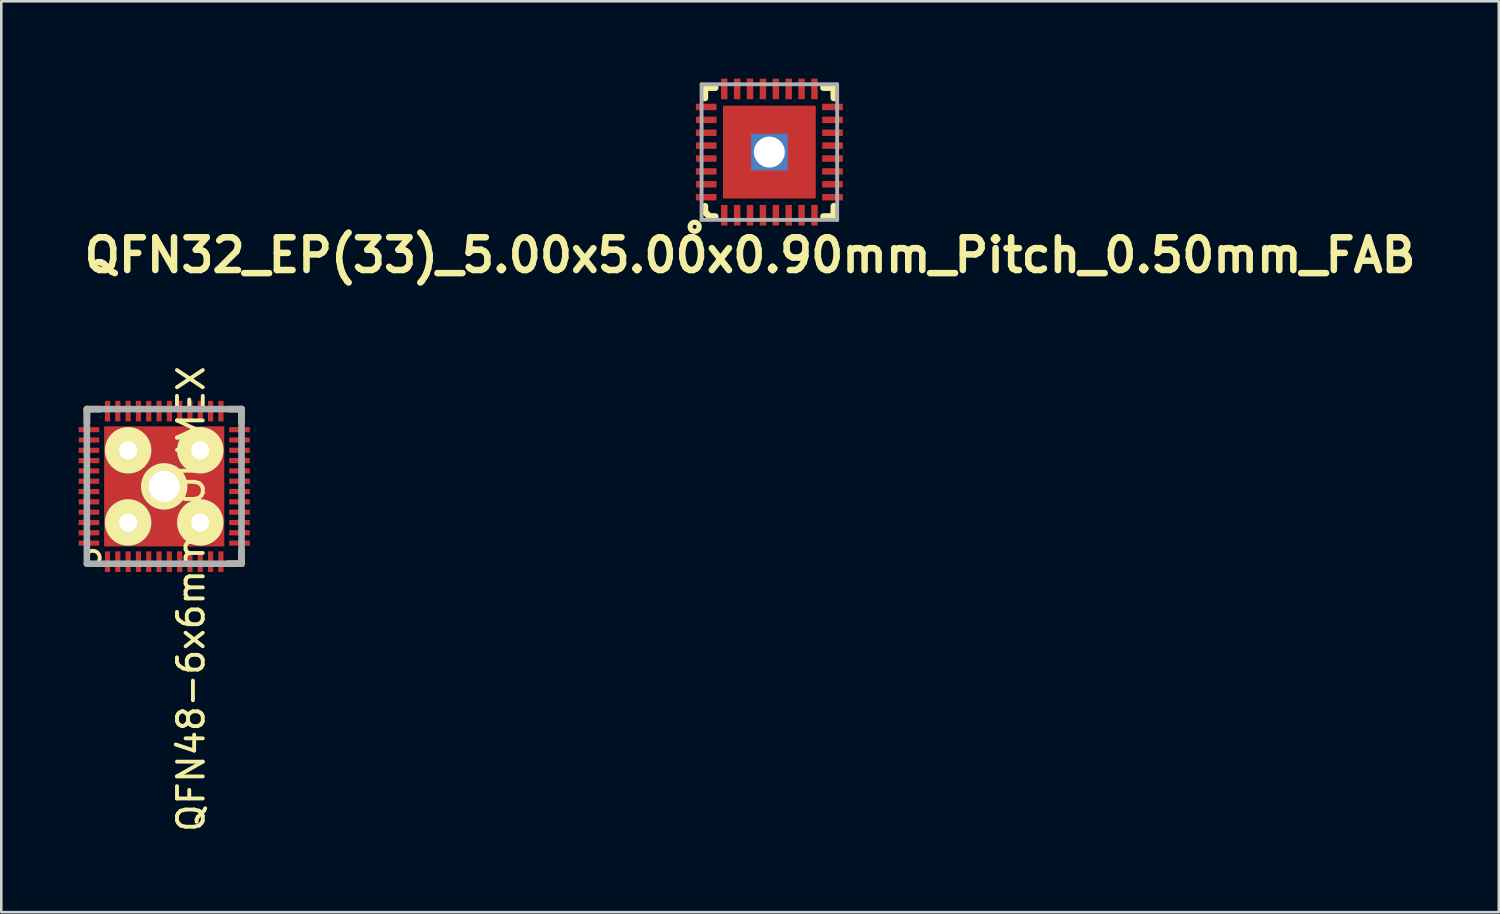
<source format=kicad_pcb>
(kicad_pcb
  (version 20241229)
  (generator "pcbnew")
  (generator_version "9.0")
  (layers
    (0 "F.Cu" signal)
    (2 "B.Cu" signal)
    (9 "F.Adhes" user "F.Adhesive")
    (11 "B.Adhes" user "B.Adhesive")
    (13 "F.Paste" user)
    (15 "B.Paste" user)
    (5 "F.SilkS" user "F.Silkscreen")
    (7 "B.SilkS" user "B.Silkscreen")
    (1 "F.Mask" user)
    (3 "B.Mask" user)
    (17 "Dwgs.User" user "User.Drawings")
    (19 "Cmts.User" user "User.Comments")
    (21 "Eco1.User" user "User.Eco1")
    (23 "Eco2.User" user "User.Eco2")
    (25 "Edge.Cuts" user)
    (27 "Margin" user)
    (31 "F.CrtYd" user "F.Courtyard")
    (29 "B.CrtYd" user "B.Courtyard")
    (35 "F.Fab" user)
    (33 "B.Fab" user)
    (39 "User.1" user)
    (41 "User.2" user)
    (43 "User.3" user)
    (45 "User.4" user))
  (footprint "QFN48-6x6mm-OLIMEX"
    (layer "F.Cu")
    (at 3.32 15.819)
    (property "Reference" "QFN48-6x6mm-OLIMEX" (at 1.041 4.369 90) (layer "F.SilkS") (effects (font (size 1 1) (thickness 0.15))))
    (attr smd)
    (fp_line (start -2.997 -2.997) (end -2.997 -2.489) (stroke (width 0.254) (type solid)) (layer "F.SilkS"))
    (fp_line (start -2.489 -2.997) (end -2.997 -2.997) (stroke (width 0.254) (type solid)) (layer "F.SilkS"))
    (fp_line (start 2.489 -2.997) (end 2.997 -2.997) (stroke (width 0.254) (type solid)) (layer "F.SilkS"))
    (fp_line (start 2.997 -2.997) (end 2.997 -2.489) (stroke (width 0.254) (type solid)) (layer "F.SilkS"))
    (fp_line (start 2.997 2.489) (end 2.997 2.997) (stroke (width 0.254) (type solid)) (layer "F.SilkS"))
    (fp_line (start 2.997 2.997) (end 2.489 2.997) (stroke (width 0.254) (type solid)) (layer "F.SilkS"))
    (fp_circle (center -2.769 2.769) (end -2.972 2.946) (stroke (width 0.15) (type solid)) (fill no) (layer "F.SilkS"))
    (fp_line (start -3 -3) (end 3 -3) (stroke (width 0.254) (type solid)) (layer "F.Fab"))
    (fp_line (start -3 3) (end -3 -3) (stroke (width 0.254) (type solid)) (layer "F.Fab"))
    (fp_line (start 3 -3) (end 3 3) (stroke (width 0.254) (type solid)) (layer "F.Fab"))
    (fp_line (start 3 3) (end -3 3) (stroke (width 0.254) (type solid)) (layer "F.Fab"))
    (pad "1" smd rect (at -2.2 2.92) (size 0.2 0.8) (layers "F.Cu" "F.Mask" "F.Paste"))
    (pad "2" smd rect (at -1.8 2.92) (size 0.2 0.8) (layers "F.Cu" "F.Mask" "F.Paste"))
    (pad "3" smd rect (at -1.4 2.92) (size 0.2 0.8) (layers "F.Cu" "F.Mask" "F.Paste"))
    (pad "4" smd rect (at -1 2.92) (size 0.2 0.8) (layers "F.Cu" "F.Mask" "F.Paste"))
    (pad "5" smd rect (at -0.6 2.92) (size 0.2 0.8) (layers "F.Cu" "F.Mask" "F.Paste"))
    (pad "6" smd rect (at -0.2 2.92) (size 0.2 0.8) (layers "F.Cu" "F.Mask" "F.Paste"))
    (pad "7" smd rect (at 0.2 2.92) (size 0.2 0.8) (layers "F.Cu" "F.Mask" "F.Paste"))
    (pad "8" smd rect (at 0.6 2.92) (size 0.2 0.8) (layers "F.Cu" "F.Mask" "F.Paste"))
    (pad "9" smd rect (at 1 2.92) (size 0.2 0.8) (layers "F.Cu" "F.Mask" "F.Paste"))
    (pad "10" smd rect (at 1.4 2.92) (size 0.2 0.8) (layers "F.Cu" "F.Mask" "F.Paste"))
    (pad "11" smd rect (at 1.8 2.92) (size 0.2 0.8) (layers "F.Cu" "F.Mask" "F.Paste"))
    (pad "12" smd rect (at 2.2 2.92) (size 0.2 0.8) (layers "F.Cu" "F.Mask" "F.Paste"))
    (pad "13" smd rect (at 2.92 2.2 90) (size 0.2 0.8) (layers "F.Cu" "F.Mask" "F.Paste"))
    (pad "14" smd rect (at 2.92 1.8 90) (size 0.2 0.8) (layers "F.Cu" "F.Mask" "F.Paste"))
    (pad "15" smd rect (at 2.92 1.4 90) (size 0.2 0.8) (layers "F.Cu" "F.Mask" "F.Paste"))
    (pad "16" smd rect (at 2.92 1 90) (size 0.2 0.8) (layers "F.Cu" "F.Mask" "F.Paste"))
    (pad "17" smd rect (at 2.92 0.6 90) (size 0.2 0.8) (layers "F.Cu" "F.Mask" "F.Paste"))
    (pad "18" smd rect (at 2.92 0.2 90) (size 0.2 0.8) (layers "F.Cu" "F.Mask" "F.Paste"))
    (pad "19" smd rect (at 2.92 -0.2 90) (size 0.2 0.8) (layers "F.Cu" "F.Mask" "F.Paste"))
    (pad "20" smd rect (at 2.92 -0.6 90) (size 0.2 0.8) (layers "F.Cu" "F.Mask" "F.Paste"))
    (pad "21" smd rect (at 2.92 -1 90) (size 0.2 0.8) (layers "F.Cu" "F.Mask" "F.Paste"))
    (pad "22" smd rect (at 2.92 -1.4 90) (size 0.2 0.8) (layers "F.Cu" "F.Mask" "F.Paste"))
    (pad "23" smd rect (at 2.92 -1.8 90) (size 0.2 0.8) (layers "F.Cu" "F.Mask" "F.Paste"))
    (pad "24" smd rect (at 2.92 -2.2 90) (size 0.2 0.8) (layers "F.Cu" "F.Mask" "F.Paste"))
    (pad "25" smd rect (at 2.2 -2.92 180) (size 0.2 0.8) (layers "F.Cu" "F.Mask" "F.Paste"))
    (pad "26" smd rect (at 1.8 -2.92 180) (size 0.2 0.8) (layers "F.Cu" "F.Mask" "F.Paste"))
    (pad "27" smd rect (at 1.4 -2.92 180) (size 0.2 0.8) (layers "F.Cu" "F.Mask" "F.Paste"))
    (pad "28" smd rect (at 1 -2.92 180) (size 0.2 0.8) (layers "F.Cu" "F.Mask" "F.Paste"))
    (pad "29" smd rect (at 0.6 -2.92 180) (size 0.2 0.8) (layers "F.Cu" "F.Mask" "F.Paste"))
    (pad "30" smd rect (at 0.2 -2.92 180) (size 0.2 0.8) (layers "F.Cu" "F.Mask" "F.Paste"))
    (pad "31" smd rect (at -0.2 -2.92 180) (size 0.2 0.8) (layers "F.Cu" "F.Mask" "F.Paste"))
    (pad "32" smd rect (at -0.6 -2.92 180) (size 0.2 0.8) (layers "F.Cu" "F.Mask" "F.Paste"))
    (pad "33" smd rect (at -1 -2.92 180) (size 0.2 0.8) (layers "F.Cu" "F.Mask" "F.Paste"))
    (pad "34" smd rect (at -1.4 -2.92 180) (size 0.2 0.8) (layers "F.Cu" "F.Mask" "F.Paste"))
    (pad "35" smd rect (at -1.8 -2.92 180) (size 0.2 0.8) (layers "F.Cu" "F.Mask" "F.Paste"))
    (pad "36" smd rect (at -2.2 -2.92 180) (size 0.2 0.8) (layers "F.Cu" "F.Mask" "F.Paste"))
    (pad "37" smd rect (at -2.92 -2.2 270) (size 0.2 0.8) (layers "F.Cu" "F.Mask" "F.Paste"))
    (pad "38" smd rect (at -2.92 -1.8 270) (size 0.2 0.8) (layers "F.Cu" "F.Mask" "F.Paste"))
    (pad "39" smd rect (at -2.92 -1.4 270) (size 0.2 0.8) (layers "F.Cu" "F.Mask" "F.Paste"))
    (pad "40" smd rect (at -2.92 -1 270) (size 0.2 0.8) (layers "F.Cu" "F.Mask" "F.Paste"))
    (pad "41" smd rect (at -2.92 -0.6 270) (size 0.2 0.8) (layers "F.Cu" "F.Mask" "F.Paste"))
    (pad "42" smd rect (at -2.92 -0.2 270) (size 0.2 0.8) (layers "F.Cu" "F.Mask" "F.Paste"))
    (pad "43" smd rect (at -2.92 0.2 270) (size 0.2 0.8) (layers "F.Cu" "F.Mask" "F.Paste"))
    (pad "44" smd rect (at -2.92 0.6 270) (size 0.2 0.8) (layers "F.Cu" "F.Mask" "F.Paste"))
    (pad "45" smd rect (at -2.92 1 270) (size 0.2 0.8) (layers "F.Cu" "F.Mask" "F.Paste"))
    (pad "46" smd rect (at -2.92 1.4 270) (size 0.2 0.8) (layers "F.Cu" "F.Mask" "F.Paste"))
    (pad "47" smd rect (at -2.92 1.8 270) (size 0.2 0.8) (layers "F.Cu" "F.Mask" "F.Paste"))
    (pad "48" smd rect (at -2.92 2.2 270) (size 0.2 0.8) (layers "F.Cu" "F.Mask" "F.Paste"))
    (pad "49" smd oval (at -1.6 0 90) (size 1.8 1.4) (layers "F.Cu" "F.Mask" "F.Paste"))
    (pad "49" thru_hole oval (at -1.4 -1.4) (size 1.8 1.8) (drill 0.7) (layers "*.Cu" "*.Mask" "F.SilkS"))
    (pad "49" thru_hole oval (at -1.4 1.4) (size 1.8 1.8) (drill 0.7) (layers "*.Cu" "*.Mask" "F.SilkS"))
    (pad "49" smd rect (at -1.165 -1.165) (size 2.33 2.33) (layers "F.Cu" "F.Mask"))
    (pad "49" smd rect (at -1.165 1.165) (size 2.33 2.33) (layers "F.Cu" "F.Mask"))
    (pad "49" smd oval (at 0 -1.6) (size 1.8 1.4) (layers "F.Cu" "F.Mask" "F.Paste"))
    (pad "49" thru_hole oval (at 0 0) (size 1.8 1.8) (drill 1.2) (layers "*.Cu" "*.Mask" "F.SilkS"))
    (pad "49" smd oval (at 0 1.6) (size 1.8 1.4) (layers "F.Cu" "F.Mask" "F.Paste"))
    (pad "49" smd rect (at 1.165 -1.165) (size 2.33 2.33) (layers "F.Cu" "F.Mask"))
    (pad "49" smd rect (at 1.165 1.165) (size 2.33 2.33) (layers "F.Cu" "F.Mask"))
    (pad "49" thru_hole oval (at 1.4 -1.4) (size 1.8 1.8) (drill 0.7) (layers "*.Cu" "*.Mask" "F.SilkS"))
    (pad "49" thru_hole oval (at 1.4 1.4) (size 1.8 1.8) (drill 0.7) (layers "*.Cu" "*.Mask" "F.SilkS"))
    (pad "49" smd oval (at 1.6 0 90) (size 1.8 1.4) (layers "F.Cu" "F.Mask" "F.Paste")))
  (footprint "QFN32_EP(33)_5.00x5.00x0.90mm_Pitch_0.50mm_FAB"
    (layer "F.Cu")
    (at 26.797 2.85)
    (property "Reference" "QFN32_EP(33)_5.00x5.00x0.90mm_Pitch_0.50mm_FAB" (at -0.75 4 0) (layer "F.SilkS") (effects (font (size 1.27 1.27) (thickness 0.254))))
    (attr smd)
    (fp_line (start -2.499 -2.499) (end -2.499 -2.098) (stroke (width 0.254) (type solid)) (layer "F.SilkS"))
    (fp_line (start -2.499 2.098) (end -2.499 2.324) (stroke (width 0.254) (type solid)) (layer "F.SilkS"))
    (fp_line (start -2.499 2.324) (end -2.324 2.499) (stroke (width 0.254) (type solid)) (layer "F.SilkS"))
    (fp_line (start -2.324 2.499) (end -2.098 2.499) (stroke (width 0.254) (type solid)) (layer "F.SilkS"))
    (fp_line (start -2.098 -2.499) (end -2.499 -2.499) (stroke (width 0.254) (type solid)) (layer "F.SilkS"))
    (fp_line (start 2.098 2.499) (end 2.499 2.499) (stroke (width 0.254) (type solid)) (layer "F.SilkS"))
    (fp_line (start 2.499 -2.499) (end 2.098 -2.499) (stroke (width 0.254) (type solid)) (layer "F.SilkS"))
    (fp_line (start 2.499 -2.098) (end 2.499 -2.499) (stroke (width 0.254) (type solid)) (layer "F.SilkS"))
    (fp_line (start 2.499 2.499) (end 2.499 2.098) (stroke (width 0.254) (type solid)) (layer "F.SilkS"))
    (fp_circle (center -2.898 2.898) (end -3.023 3.023) (stroke (width 0.2) (type solid)) (fill no) (layer "F.SilkS"))
    (fp_line (start -1.6 -1.6) (end -1.6 -0.8) (stroke (width 0.2) (type solid)) (layer "F.Paste"))
    (fp_line (start -1.6 -0.8) (end -0.8 -0.8) (stroke (width 0.2) (type solid)) (layer "F.Paste"))
    (fp_line (start -1.6 -0.2) (end -0.8 -0.2) (stroke (width 0.2) (type solid)) (layer "F.Paste"))
    (fp_line (start -1.6 -0.1) (end -0.8 -0.1) (stroke (width 0.2) (type solid)) (layer "F.Paste"))
    (fp_line (start -1.6 0) (end -0.8 0) (stroke (width 0.2) (type solid)) (layer "F.Paste"))
    (fp_line (start -1.6 0.1) (end -0.8 0.1) (stroke (width 0.2) (type solid)) (layer "F.Paste"))
    (fp_line (start -1.6 0.2) (end -1.6 -0.2) (stroke (width 0.2) (type solid)) (layer "F.Paste"))
    (fp_line (start -1.6 0.8) (end -1.6 1.6) (stroke (width 0.2) (type solid)) (layer "F.Paste"))
    (fp_line (start -1.6 1.6) (end -0.8 1.6) (stroke (width 0.2) (type solid)) (layer "F.Paste"))
    (fp_line (start -1.5 -1.6) (end -1.5 -0.8) (stroke (width 0.2) (type solid)) (layer "F.Paste"))
    (fp_line (start -1.5 0.8) (end -1.5 1.6) (stroke (width 0.2) (type solid)) (layer "F.Paste"))
    (fp_line (start -1.4 -1.6) (end -1.4 -0.8) (stroke (width 0.2) (type solid)) (layer "F.Paste"))
    (fp_line (start -1.4 0.8) (end -1.4 1.6) (stroke (width 0.2) (type solid)) (layer "F.Paste"))
    (fp_line (start -1.3 -1.6) (end -1.3 -0.8) (stroke (width 0.2) (type solid)) (layer "F.Paste"))
    (fp_line (start -1.3 0.8) (end -1.3 1.6) (stroke (width 0.2) (type solid)) (layer "F.Paste"))
    (fp_line (start -1.2 -1.6) (end -1.2 -0.8) (stroke (width 0.2) (type solid)) (layer "F.Paste"))
    (fp_line (start -1.2 0.8) (end -1.2 1.6) (stroke (width 0.2) (type solid)) (layer "F.Paste"))
    (fp_line (start -1.1 -1.6) (end -1.1 -0.8) (stroke (width 0.2) (type solid)) (layer "F.Paste"))
    (fp_line (start -1.1 0.8) (end -1.1 1.6) (stroke (width 0.2) (type solid)) (layer "F.Paste"))
    (fp_line (start -1 -1.6) (end -1 -0.8) (stroke (width 0.2) (type solid)) (layer "F.Paste"))
    (fp_line (start -1 0.8) (end -1 1.6) (stroke (width 0.2) (type solid)) (layer "F.Paste"))
    (fp_line (start -0.9 -1.6) (end -0.9 -0.8) (stroke (width 0.2) (type solid)) (layer "F.Paste"))
    (fp_line (start -0.9 0.8) (end -0.9 1.6) (stroke (width 0.2) (type solid)) (layer "F.Paste"))
    (fp_line (start -0.8 -1.6) (end -1.6 -1.6) (stroke (width 0.2) (type solid)) (layer "F.Paste"))
    (fp_line (start -0.8 -0.8) (end -0.8 -1.6) (stroke (width 0.2) (type solid)) (layer "F.Paste"))
    (fp_line (start -0.8 -0.2) (end -0.8 0.2) (stroke (width 0.2) (type solid)) (layer "F.Paste"))
    (fp_line (start -0.8 0.2) (end -1.6 0.2) (stroke (width 0.2) (type solid)) (layer "F.Paste"))
    (fp_line (start -0.8 0.8) (end -1.6 0.8) (stroke (width 0.2) (type solid)) (layer "F.Paste"))
    (fp_line (start -0.8 1.6) (end -0.8 0.8) (stroke (width 0.2) (type solid)) (layer "F.Paste"))
    (fp_line (start -0.2 -1.6) (end -0.2 -0.8) (stroke (width 0.2) (type solid)) (layer "F.Paste"))
    (fp_line (start -0.2 -0.8) (end 0.2 -0.8) (stroke (width 0.2) (type solid)) (layer "F.Paste"))
    (fp_line (start -0.2 0.8) (end -0.2 1.6) (stroke (width 0.2) (type solid)) (layer "F.Paste"))
    (fp_line (start -0.2 1.6) (end 0.2 1.6) (stroke (width 0.2) (type solid)) (layer "F.Paste"))
    (fp_line (start -0.1 -1.6) (end -0.1 -0.8) (stroke (width 0.2) (type solid)) (layer "F.Paste"))
    (fp_line (start -0.1 0.8) (end -0.1 1.6) (stroke (width 0.2) (type solid)) (layer "F.Paste"))
    (fp_line (start 0 -0.8) (end 0 -1.6) (stroke (width 0.2) (type solid)) (layer "F.Paste"))
    (fp_line (start 0 1.6) (end 0 0.8) (stroke (width 0.2) (type solid)) (layer "F.Paste"))
    (fp_line (start 0.1 -1.6) (end 0.1 -0.8) (stroke (width 0.2) (type solid)) (layer "F.Paste"))
    (fp_line (start 0.1 0.8) (end 0.1 1.6) (stroke (width 0.2) (type solid)) (layer "F.Paste"))
    (fp_line (start 0.2 -1.6) (end -0.2 -1.6) (stroke (width 0.2) (type solid)) (layer "F.Paste"))
    (fp_line (start 0.2 -0.8) (end 0.2 -1.6) (stroke (width 0.2) (type solid)) (layer "F.Paste"))
    (fp_line (start 0.2 0.8) (end -0.2 0.8) (stroke (width 0.2) (type solid)) (layer "F.Paste"))
    (fp_line (start 0.2 1.6) (end 0.2 0.8) (stroke (width 0.2) (type solid)) (layer "F.Paste"))
    (fp_line (start 0.8 -1.6) (end 0.8 -0.8) (stroke (width 0.2) (type solid)) (layer "F.Paste"))
    (fp_line (start 0.8 -0.8) (end 1.6 -0.8) (stroke (width 0.2) (type solid)) (layer "F.Paste"))
    (fp_line (start 0.8 -0.2) (end 1.6 -0.2) (stroke (width 0.2) (type solid)) (layer "F.Paste"))
    (fp_line (start 0.8 -0.1) (end 1.6 -0.1) (stroke (width 0.2) (type solid)) (layer "F.Paste"))
    (fp_line (start 0.8 0) (end 1.6 0) (stroke (width 0.2) (type solid)) (layer "F.Paste"))
    (fp_line (start 0.8 0.1) (end 1.6 0.1) (stroke (width 0.2) (type solid)) (layer "F.Paste"))
    (fp_line (start 0.8 0.2) (end 0.8 -0.2) (stroke (width 0.2) (type solid)) (layer "F.Paste"))
    (fp_line (start 0.8 0.8) (end 0.8 1.6) (stroke (width 0.2) (type solid)) (layer "F.Paste"))
    (fp_line (start 0.8 1.6) (end 1.6 1.6) (stroke (width 0.2) (type solid)) (layer "F.Paste"))
    (fp_line (start 0.9 -1.6) (end 0.9 -0.8) (stroke (width 0.2) (type solid)) (layer "F.Paste"))
    (fp_line (start 0.9 0.8) (end 0.9 1.6) (stroke (width 0.2) (type solid)) (layer "F.Paste"))
    (fp_line (start 1 -1.6) (end 1 -0.8) (stroke (width 0.2) (type solid)) (layer "F.Paste"))
    (fp_line (start 1 0.8) (end 1 1.6) (stroke (width 0.2) (type solid)) (layer "F.Paste"))
    (fp_line (start 1.1 -1.6) (end 1.1 -0.8) (stroke (width 0.2) (type solid)) (layer "F.Paste"))
    (fp_line (start 1.1 0.8) (end 1.1 1.6) (stroke (width 0.2) (type solid)) (layer "F.Paste"))
    (fp_line (start 1.2 -1.6) (end 1.2 -0.8) (stroke (width 0.2) (type solid)) (layer "F.Paste"))
    (fp_line (start 1.2 0.8) (end 1.2 1.6) (stroke (width 0.2) (type solid)) (layer "F.Paste"))
    (fp_line (start 1.3 -1.6) (end 1.3 -0.8) (stroke (width 0.2) (type solid)) (layer "F.Paste"))
    (fp_line (start 1.3 0.8) (end 1.3 1.6) (stroke (width 0.2) (type solid)) (layer "F.Paste"))
    (fp_line (start 1.4 -1.6) (end 1.4 -0.8) (stroke (width 0.2) (type solid)) (layer "F.Paste"))
    (fp_line (start 1.4 0.8) (end 1.4 1.6) (stroke (width 0.2) (type solid)) (layer "F.Paste"))
    (fp_line (start 1.5 -1.6) (end 1.5 -0.8) (stroke (width 0.2) (type solid)) (layer "F.Paste"))
    (fp_line (start 1.5 0.8) (end 1.5 1.6) (stroke (width 0.2) (type solid)) (layer "F.Paste"))
    (fp_line (start 1.6 -1.6) (end 0.8 -1.6) (stroke (width 0.2) (type solid)) (layer "F.Paste"))
    (fp_line (start 1.6 -0.8) (end 1.6 -1.6) (stroke (width 0.2) (type solid)) (layer "F.Paste"))
    (fp_line (start 1.6 -0.2) (end 1.6 0.2) (stroke (width 0.2) (type solid)) (layer "F.Paste"))
    (fp_line (start 1.6 0.2) (end 0.8 0.2) (stroke (width 0.2) (type solid)) (layer "F.Paste"))
    (fp_line (start 1.6 0.8) (end 0.8 0.8) (stroke (width 0.2) (type solid)) (layer "F.Paste"))
    (fp_line (start 1.6 1.6) (end 1.6 0.8) (stroke (width 0.2) (type solid)) (layer "F.Paste"))
    (fp_line (start -2.63 -2.63) (end 2.63 -2.63) (stroke (width 0.15) (type solid)) (layer "F.Fab"))
    (fp_line (start -2.63 2.63) (end -2.63 -2.63) (stroke (width 0.15) (type solid)) (layer "F.Fab"))
    (fp_line (start 2.63 -2.63) (end 2.63 2.63) (stroke (width 0.15) (type solid)) (layer "F.Fab"))
    (fp_line (start 2.63 2.63) (end -2.63 2.63) (stroke (width 0.15) (type solid)) (layer "F.Fab"))
    (pad "1" smd rect (at -1.75 2.45 90) (size 0.8 0.25) (layers "F.Cu" "F.Mask" "F.Paste"))
    (pad "2" smd rect (at -1.25 2.45 90) (size 0.8 0.25) (layers "F.Cu" "F.Mask" "F.Paste"))
    (pad "3" smd rect (at -0.75 2.45 90) (size 0.8 0.25) (layers "F.Cu" "F.Mask" "F.Paste"))
    (pad "4" smd rect (at -0.25 2.45 90) (size 0.8 0.25) (layers "F.Cu" "F.Mask" "F.Paste"))
    (pad "5" smd rect (at 0.25 2.45 90) (size 0.8 0.25) (layers "F.Cu" "F.Mask" "F.Paste"))
    (pad "6" smd rect (at 0.75 2.45 90) (size 0.8 0.25) (layers "F.Cu" "F.Mask" "F.Paste"))
    (pad "7" smd rect (at 1.25 2.45 90) (size 0.8 0.25) (layers "F.Cu" "F.Mask" "F.Paste"))
    (pad "8" smd rect (at 1.75 2.45 90) (size 0.8 0.25) (layers "F.Cu" "F.Mask" "F.Paste"))
    (pad "9" smd rect (at 2.45 1.75 180) (size 0.8 0.25) (layers "F.Cu" "F.Mask" "F.Paste"))
    (pad "10" smd rect (at 2.45 1.25 180) (size 0.8 0.25) (layers "F.Cu" "F.Mask" "F.Paste"))
    (pad "11" smd rect (at 2.45 0.75 180) (size 0.8 0.25) (layers "F.Cu" "F.Mask" "F.Paste"))
    (pad "12" smd rect (at 2.45 0.25 180) (size 0.8 0.25) (layers "F.Cu" "F.Mask" "F.Paste"))
    (pad "13" smd rect (at 2.45 -0.25 180) (size 0.8 0.25) (layers "F.Cu" "F.Mask" "F.Paste"))
    (pad "14" smd rect (at 2.45 -0.75 180) (size 0.8 0.25) (layers "F.Cu" "F.Mask" "F.Paste"))
    (pad "15" smd rect (at 2.45 -1.25 180) (size 0.8 0.25) (layers "F.Cu" "F.Mask" "F.Paste"))
    (pad "16" smd rect (at 2.45 -1.75 180) (size 0.8 0.25) (layers "F.Cu" "F.Mask" "F.Paste"))
    (pad "17" smd rect (at 1.75 -2.45 270) (size 0.8 0.25) (layers "F.Cu" "F.Mask" "F.Paste"))
    (pad "18" smd rect (at 1.25 -2.45 270) (size 0.8 0.25) (layers "F.Cu" "F.Mask" "F.Paste"))
    (pad "19" smd rect (at 0.75 -2.45 270) (size 0.8 0.25) (layers "F.Cu" "F.Mask" "F.Paste"))
    (pad "20" smd rect (at 0.25 -2.45 270) (size 0.8 0.25) (layers "F.Cu" "F.Mask" "F.Paste"))
    (pad "21" smd rect (at -0.25 -2.45 270) (size 0.8 0.25) (layers "F.Cu" "F.Mask" "F.Paste"))
    (pad "22" smd rect (at -0.75 -2.45 270) (size 0.8 0.25) (layers "F.Cu" "F.Mask" "F.Paste"))
    (pad "23" smd rect (at -1.25 -2.45 270) (size 0.8 0.25) (layers "F.Cu" "F.Mask" "F.Paste"))
    (pad "24" smd rect (at -1.75 -2.45 270) (size 0.8 0.25) (layers "F.Cu" "F.Mask" "F.Paste"))
    (pad "25" smd rect (at -2.45 -1.75) (size 0.8 0.25) (layers "F.Cu" "F.Mask" "F.Paste"))
    (pad "26" smd rect (at -2.45 -1.25) (size 0.8 0.25) (layers "F.Cu" "F.Mask" "F.Paste"))
    (pad "27" smd rect (at -2.45 -0.75) (size 0.8 0.25) (layers "F.Cu" "F.Mask" "F.Paste"))
    (pad "28" smd rect (at -2.45 -0.25) (size 0.8 0.25) (layers "F.Cu" "F.Mask" "F.Paste"))
    (pad "29" smd rect (at -2.45 0.25) (size 0.8 0.25) (layers "F.Cu" "F.Mask" "F.Paste"))
    (pad "30" smd rect (at -2.45 0.75) (size 0.8 0.25) (layers "F.Cu" "F.Mask" "F.Paste"))
    (pad "31" smd rect (at -2.45 1.25) (size 0.8 0.25) (layers "F.Cu" "F.Mask" "F.Paste"))
    (pad "32" smd rect (at -2.45 1.75) (size 0.8 0.25) (layers "F.Cu" "F.Mask" "F.Paste"))
    (pad "33" thru_hole rect (at 0 0) (size 1.422 1.422) (drill 1.2) (layers "*.Cu" "*.Mask"))
    (pad "33" smd rect (at 0 0) (size 3.6 3.6) (layers "F.Cu" "F.Mask")))
  (gr_rect
    (start -3 -3)
    (end 55.094 32.336)
    (stroke (width 0.1) (type default))
    (fill no)
    (layer "Edge.Cuts")))
</source>
